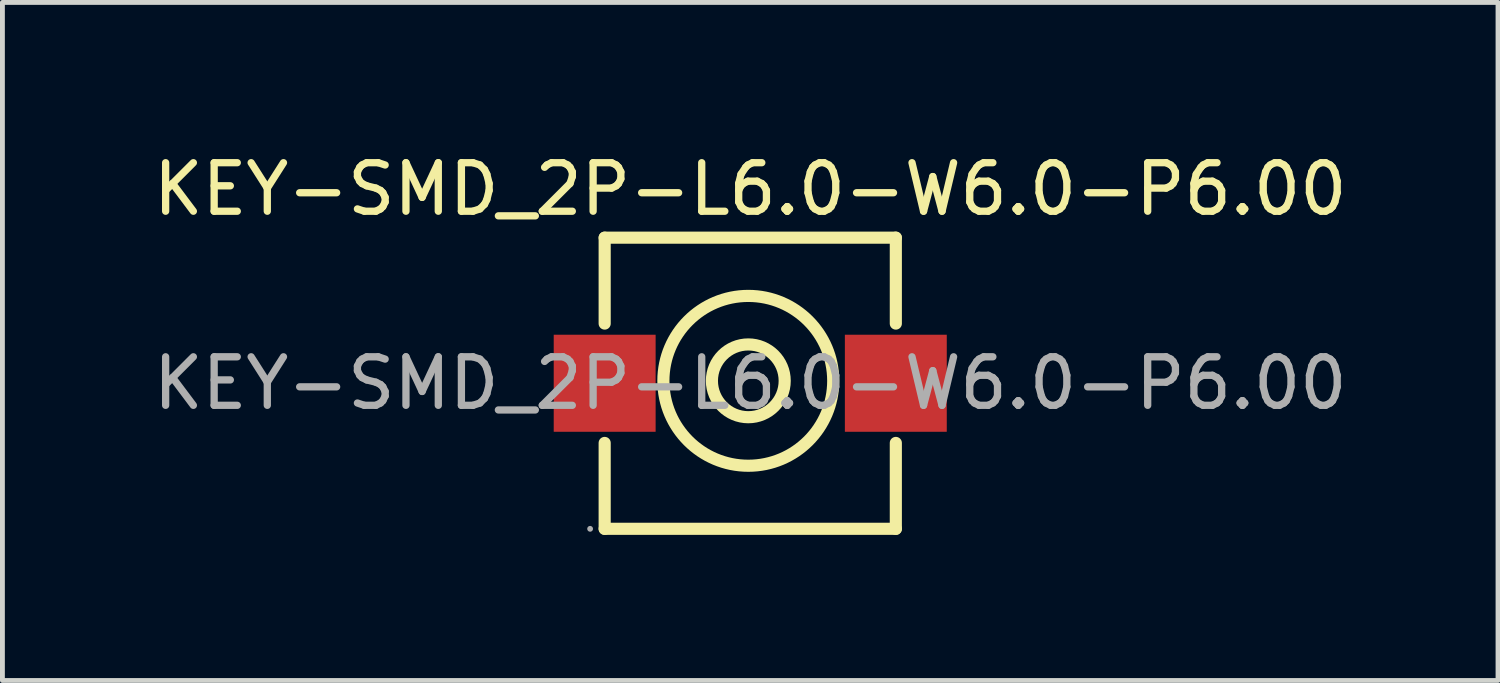
<source format=kicad_pcb>
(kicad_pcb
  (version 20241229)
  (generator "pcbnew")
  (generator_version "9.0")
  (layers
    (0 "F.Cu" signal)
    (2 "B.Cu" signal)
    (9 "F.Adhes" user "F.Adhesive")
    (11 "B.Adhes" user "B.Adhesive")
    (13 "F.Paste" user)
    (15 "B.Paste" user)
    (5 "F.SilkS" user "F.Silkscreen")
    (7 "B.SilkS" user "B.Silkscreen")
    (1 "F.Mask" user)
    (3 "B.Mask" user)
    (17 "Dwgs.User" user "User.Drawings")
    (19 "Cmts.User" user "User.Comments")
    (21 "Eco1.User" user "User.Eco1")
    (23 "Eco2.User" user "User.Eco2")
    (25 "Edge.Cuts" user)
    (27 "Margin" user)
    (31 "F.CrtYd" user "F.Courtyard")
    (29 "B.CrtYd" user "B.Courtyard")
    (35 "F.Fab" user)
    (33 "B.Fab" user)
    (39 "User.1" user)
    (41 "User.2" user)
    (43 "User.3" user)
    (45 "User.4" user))
  (footprint "KEY-SMD_2P-L6.0-W6.0-P6.00"
    (layer "F.Cu")
    (at 12.411 4.848)
    (property "Reference" "KEY-SMD_2P-L6.0-W6.0-P6.00" (at 0 -4 0) (layer "F.SilkS") (effects (font (size 1 1) (thickness 0.15))))
    (attr through_hole)
    (fp_line (start -3 -3) (end -3 -1.23) (stroke (width 0.25) (type solid)) (layer "F.SilkS"))
    (fp_line (start -3 1.23) (end -3 3) (stroke (width 0.25) (type solid)) (layer "F.SilkS"))
    (fp_line (start -3 3) (end 3 3) (stroke (width 0.25) (type solid)) (layer "F.SilkS"))
    (fp_line (start 3 -3) (end -3 -3) (stroke (width 0.25) (type solid)) (layer "F.SilkS"))
    (fp_line (start 3 -1.23) (end 3 -3) (stroke (width 0.25) (type solid)) (layer "F.SilkS"))
    (fp_line (start 3 3) (end 3 1.23) (stroke (width 0.25) (type solid)) (layer "F.SilkS"))
    (fp_circle (center -0.04 -0.05) (end 0.71 -0.05) (stroke (width 0.25) (type solid)) (fill no) (layer "F.SilkS"))
    (fp_circle (center -0.04 -0.05) (end 1.71 -0.05) (stroke (width 0.25) (type solid)) (fill no) (layer "F.SilkS"))
    (fp_circle (center -3.3 3) (end -3.27 3) (stroke (width 0.06) (type solid)) (fill no) (layer "F.Fab"))
    (fp_text user "${REFERENCE}" (at 0 0 0) (layer "F.Fab") (effects (font (size 1 1) (thickness 0.15))))
    (pad "1" smd rect (at -3 0) (size 2.1 2) (layers "F.Cu" "F.Mask" "F.Paste"))
    (pad "2" smd rect (at 3 0) (size 2.1 2) (layers "F.Cu" "F.Mask" "F.Paste")))
  (gr_rect
    (start -3 -3)
    (end 27.821 10.973)
    (stroke (width 0.1) (type default))
    (fill no)
    (layer "Edge.Cuts")))
</source>
